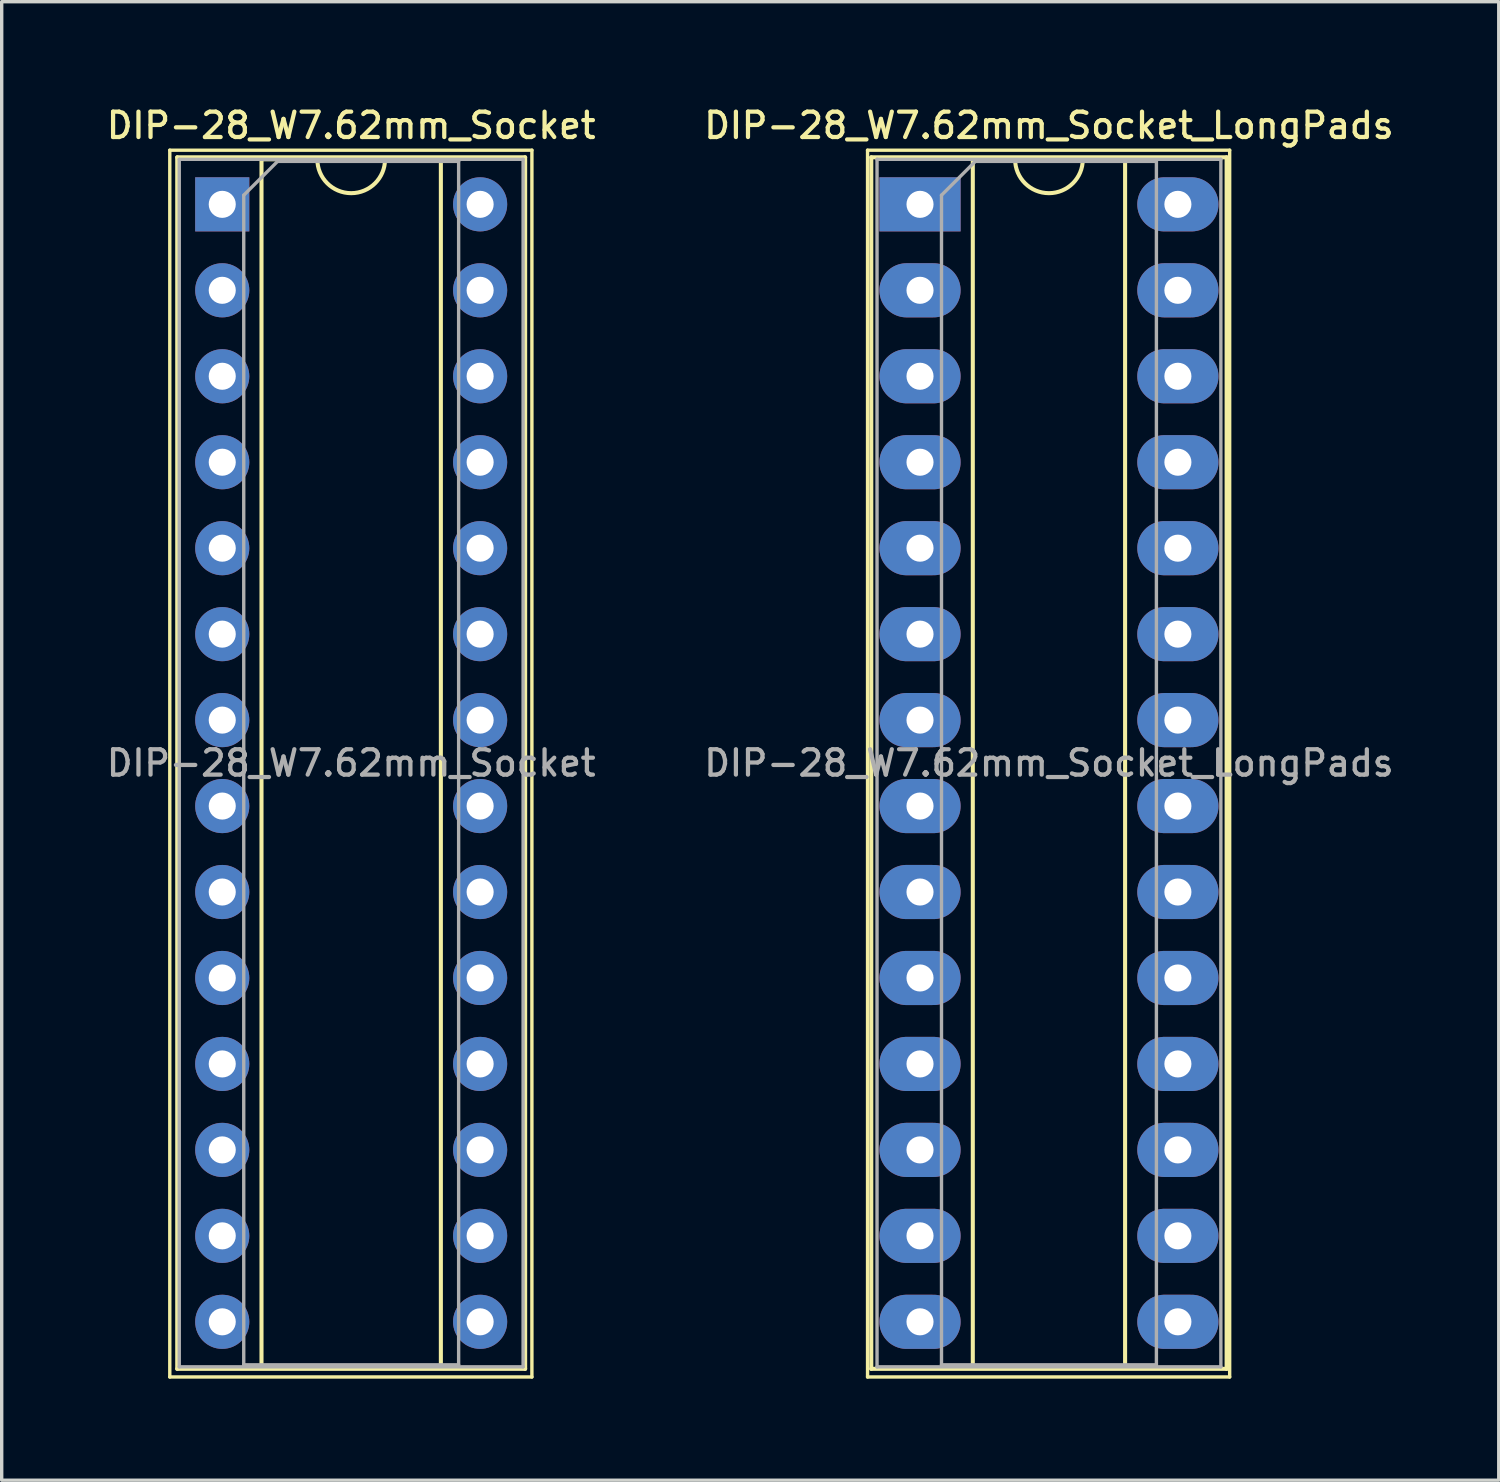
<source format=kicad_pcb>
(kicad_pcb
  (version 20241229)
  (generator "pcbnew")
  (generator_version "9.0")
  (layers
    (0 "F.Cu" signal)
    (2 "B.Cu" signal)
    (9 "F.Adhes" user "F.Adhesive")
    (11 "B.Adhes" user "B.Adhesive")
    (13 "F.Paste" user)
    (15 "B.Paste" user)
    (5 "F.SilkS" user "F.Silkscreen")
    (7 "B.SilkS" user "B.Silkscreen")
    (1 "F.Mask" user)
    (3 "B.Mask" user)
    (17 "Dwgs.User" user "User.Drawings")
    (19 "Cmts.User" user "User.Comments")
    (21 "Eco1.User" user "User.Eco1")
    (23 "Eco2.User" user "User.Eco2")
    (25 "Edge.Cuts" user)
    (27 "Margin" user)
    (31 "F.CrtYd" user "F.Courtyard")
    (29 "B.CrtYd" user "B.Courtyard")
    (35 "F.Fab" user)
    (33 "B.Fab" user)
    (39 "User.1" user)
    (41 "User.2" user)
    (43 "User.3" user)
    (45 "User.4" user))
  (footprint "DIP-28_W7.62mm_Socket_LongPads"
    (layer "F.Cu")
    (at 24.135 2.988)
    (property "Reference" "DIP-28_W7.62mm_Socket_LongPads" (at 3.81 -2.33 0) (layer "F.SilkS") (effects (font (size 0.75 0.75) (thickness 0.125))))
    (attr through_hole)
    (fp_line (start -1.55 -1.6) (end -1.55 34.65) (stroke (width 0.1) (type solid)) (layer "F.SilkS"))
    (fp_line (start -1.55 34.65) (end 9.15 34.65) (stroke (width 0.1) (type solid)) (layer "F.SilkS"))
    (fp_line (start -1.44 -1.39) (end -1.44 34.41) (stroke (width 0.12) (type solid)) (layer "F.SilkS"))
    (fp_line (start -1.44 34.41) (end 9.06 34.41) (stroke (width 0.12) (type solid)) (layer "F.SilkS"))
    (fp_line (start 1.56 -1.33) (end 1.56 34.35) (stroke (width 0.12) (type solid)) (layer "F.SilkS"))
    (fp_line (start 1.56 34.35) (end 6.06 34.35) (stroke (width 0.12) (type solid)) (layer "F.SilkS"))
    (fp_line (start 2.81 -1.33) (end 1.56 -1.33) (stroke (width 0.12) (type solid)) (layer "F.SilkS"))
    (fp_line (start 6.06 -1.33) (end 4.81 -1.33) (stroke (width 0.12) (type solid)) (layer "F.SilkS"))
    (fp_line (start 6.06 34.35) (end 6.06 -1.33) (stroke (width 0.12) (type solid)) (layer "F.SilkS"))
    (fp_line (start 9.06 -1.39) (end -1.44 -1.39) (stroke (width 0.12) (type solid)) (layer "F.SilkS"))
    (fp_line (start 9.06 34.41) (end 9.06 -1.39) (stroke (width 0.12) (type solid)) (layer "F.SilkS"))
    (fp_line (start 9.15 -1.6) (end -1.55 -1.6) (stroke (width 0.1) (type solid)) (layer "F.SilkS"))
    (fp_line (start 9.15 34.65) (end 9.15 -1.6) (stroke (width 0.1) (type solid)) (layer "F.SilkS"))
    (fp_arc (start 4.81 -1.33) (mid 3.81 -0.33) (end 2.81 -1.33) (stroke (width 0.12) (type solid)) (layer "F.SilkS"))
    (fp_line (start -1.27 -1.33) (end -1.27 34.35) (stroke (width 0.1) (type solid)) (layer "F.Fab"))
    (fp_line (start -1.27 34.35) (end 8.89 34.35) (stroke (width 0.1) (type solid)) (layer "F.Fab"))
    (fp_line (start 0.635 -0.27) (end 1.635 -1.27) (stroke (width 0.1) (type solid)) (layer "F.Fab"))
    (fp_line (start 0.635 34.29) (end 0.635 -0.27) (stroke (width 0.1) (type solid)) (layer "F.Fab"))
    (fp_line (start 1.635 -1.27) (end 6.985 -1.27) (stroke (width 0.1) (type solid)) (layer "F.Fab"))
    (fp_line (start 6.985 -1.27) (end 6.985 34.29) (stroke (width 0.1) (type solid)) (layer "F.Fab"))
    (fp_line (start 6.985 34.29) (end 0.635 34.29) (stroke (width 0.1) (type solid)) (layer "F.Fab"))
    (fp_line (start 8.89 -1.33) (end -1.27 -1.33) (stroke (width 0.1) (type solid)) (layer "F.Fab"))
    (fp_line (start 8.89 34.35) (end 8.89 -1.33) (stroke (width 0.1) (type solid)) (layer "F.Fab"))
    (fp_text user "${REFERENCE}" (at 3.81 16.51 0) (layer "F.Fab") (effects (font (size 0.75 0.75) (thickness 0.125))))
    (pad "1" thru_hole rect (at 0 0) (size 2.4 1.6) (drill 0.8) (layers "*.Cu" "*.Mask"))
    (pad "2" thru_hole oval (at 0 2.54) (size 2.4 1.6) (drill 0.8) (layers "*.Cu" "*.Mask"))
    (pad "3" thru_hole oval (at 0 5.08) (size 2.4 1.6) (drill 0.8) (layers "*.Cu" "*.Mask"))
    (pad "4" thru_hole oval (at 0 7.62) (size 2.4 1.6) (drill 0.8) (layers "*.Cu" "*.Mask"))
    (pad "5" thru_hole oval (at 0 10.16) (size 2.4 1.6) (drill 0.8) (layers "*.Cu" "*.Mask"))
    (pad "6" thru_hole oval (at 0 12.7) (size 2.4 1.6) (drill 0.8) (layers "*.Cu" "*.Mask"))
    (pad "7" thru_hole oval (at 0 15.24) (size 2.4 1.6) (drill 0.8) (layers "*.Cu" "*.Mask"))
    (pad "8" thru_hole oval (at 0 17.78) (size 2.4 1.6) (drill 0.8) (layers "*.Cu" "*.Mask"))
    (pad "9" thru_hole oval (at 0 20.32) (size 2.4 1.6) (drill 0.8) (layers "*.Cu" "*.Mask"))
    (pad "10" thru_hole oval (at 0 22.86) (size 2.4 1.6) (drill 0.8) (layers "*.Cu" "*.Mask"))
    (pad "11" thru_hole oval (at 0 25.4) (size 2.4 1.6) (drill 0.8) (layers "*.Cu" "*.Mask"))
    (pad "12" thru_hole oval (at 0 27.94) (size 2.4 1.6) (drill 0.8) (layers "*.Cu" "*.Mask"))
    (pad "13" thru_hole oval (at 0 30.48) (size 2.4 1.6) (drill 0.8) (layers "*.Cu" "*.Mask"))
    (pad "14" thru_hole oval (at 0 33.02) (size 2.4 1.6) (drill 0.8) (layers "*.Cu" "*.Mask"))
    (pad "15" thru_hole oval (at 7.62 33.02) (size 2.4 1.6) (drill 0.8) (layers "*.Cu" "*.Mask"))
    (pad "16" thru_hole oval (at 7.62 30.48) (size 2.4 1.6) (drill 0.8) (layers "*.Cu" "*.Mask"))
    (pad "17" thru_hole oval (at 7.62 27.94) (size 2.4 1.6) (drill 0.8) (layers "*.Cu" "*.Mask"))
    (pad "18" thru_hole oval (at 7.62 25.4) (size 2.4 1.6) (drill 0.8) (layers "*.Cu" "*.Mask"))
    (pad "19" thru_hole oval (at 7.62 22.86) (size 2.4 1.6) (drill 0.8) (layers "*.Cu" "*.Mask"))
    (pad "20" thru_hole oval (at 7.62 20.32) (size 2.4 1.6) (drill 0.8) (layers "*.Cu" "*.Mask"))
    (pad "21" thru_hole oval (at 7.62 17.78) (size 2.4 1.6) (drill 0.8) (layers "*.Cu" "*.Mask"))
    (pad "22" thru_hole oval (at 7.62 15.24) (size 2.4 1.6) (drill 0.8) (layers "*.Cu" "*.Mask"))
    (pad "23" thru_hole oval (at 7.62 12.7) (size 2.4 1.6) (drill 0.8) (layers "*.Cu" "*.Mask"))
    (pad "24" thru_hole oval (at 7.62 10.16) (size 2.4 1.6) (drill 0.8) (layers "*.Cu" "*.Mask"))
    (pad "25" thru_hole oval (at 7.62 7.62) (size 2.4 1.6) (drill 0.8) (layers "*.Cu" "*.Mask"))
    (pad "26" thru_hole oval (at 7.62 5.08) (size 2.4 1.6) (drill 0.8) (layers "*.Cu" "*.Mask"))
    (pad "27" thru_hole oval (at 7.62 2.54) (size 2.4 1.6) (drill 0.8) (layers "*.Cu" "*.Mask"))
    (pad "28" thru_hole oval (at 7.62 0) (size 2.4 1.6) (drill 0.8) (layers "*.Cu" "*.Mask")))
  (footprint "DIP-28_W7.62mm_Socket"
    (layer "F.Cu")
    (at 3.517 2.988)
    (property "Reference" "DIP-28_W7.62mm_Socket" (at 3.81 -2.33 0) (layer "F.SilkS") (effects (font (size 0.75 0.75) (thickness 0.125))))
    (attr through_hole)
    (fp_line (start -1.55 -1.6) (end -1.55 34.65) (stroke (width 0.1) (type solid)) (layer "F.SilkS"))
    (fp_line (start -1.55 34.65) (end 9.15 34.65) (stroke (width 0.1) (type solid)) (layer "F.SilkS"))
    (fp_line (start -1.33 -1.39) (end -1.33 34.41) (stroke (width 0.12) (type solid)) (layer "F.SilkS"))
    (fp_line (start -1.33 34.41) (end 8.95 34.41) (stroke (width 0.12) (type solid)) (layer "F.SilkS"))
    (fp_line (start 1.16 -1.33) (end 1.16 34.35) (stroke (width 0.12) (type solid)) (layer "F.SilkS"))
    (fp_line (start 1.16 34.35) (end 6.46 34.35) (stroke (width 0.12) (type solid)) (layer "F.SilkS"))
    (fp_line (start 2.81 -1.33) (end 1.16 -1.33) (stroke (width 0.12) (type solid)) (layer "F.SilkS"))
    (fp_line (start 6.46 -1.33) (end 4.81 -1.33) (stroke (width 0.12) (type solid)) (layer "F.SilkS"))
    (fp_line (start 6.46 34.35) (end 6.46 -1.33) (stroke (width 0.12) (type solid)) (layer "F.SilkS"))
    (fp_line (start 8.95 -1.39) (end -1.33 -1.39) (stroke (width 0.12) (type solid)) (layer "F.SilkS"))
    (fp_line (start 8.95 34.41) (end 8.95 -1.39) (stroke (width 0.12) (type solid)) (layer "F.SilkS"))
    (fp_line (start 9.15 -1.6) (end -1.55 -1.6) (stroke (width 0.1) (type solid)) (layer "F.SilkS"))
    (fp_line (start 9.15 34.65) (end 9.15 -1.6) (stroke (width 0.1) (type solid)) (layer "F.SilkS"))
    (fp_arc (start 4.81 -1.33) (mid 3.81 -0.33) (end 2.81 -1.33) (stroke (width 0.12) (type solid)) (layer "F.SilkS"))
    (fp_line (start -1.27 -1.33) (end -1.27 34.35) (stroke (width 0.1) (type solid)) (layer "F.Fab"))
    (fp_line (start -1.27 34.35) (end 8.89 34.35) (stroke (width 0.1) (type solid)) (layer "F.Fab"))
    (fp_line (start 0.635 -0.27) (end 1.635 -1.27) (stroke (width 0.1) (type solid)) (layer "F.Fab"))
    (fp_line (start 0.635 34.29) (end 0.635 -0.27) (stroke (width 0.1) (type solid)) (layer "F.Fab"))
    (fp_line (start 1.635 -1.27) (end 6.985 -1.27) (stroke (width 0.1) (type solid)) (layer "F.Fab"))
    (fp_line (start 6.985 -1.27) (end 6.985 34.29) (stroke (width 0.1) (type solid)) (layer "F.Fab"))
    (fp_line (start 6.985 34.29) (end 0.635 34.29) (stroke (width 0.1) (type solid)) (layer "F.Fab"))
    (fp_line (start 8.89 -1.33) (end -1.27 -1.33) (stroke (width 0.1) (type solid)) (layer "F.Fab"))
    (fp_line (start 8.89 34.35) (end 8.89 -1.33) (stroke (width 0.1) (type solid)) (layer "F.Fab"))
    (fp_text user "${REFERENCE}" (at 3.81 16.51 0) (layer "F.Fab") (effects (font (size 0.75 0.75) (thickness 0.125))))
    (pad "1" thru_hole rect (at 0 0) (size 1.6 1.6) (drill 0.8) (layers "*.Cu" "*.Mask"))
    (pad "2" thru_hole oval (at 0 2.54) (size 1.6 1.6) (drill 0.8) (layers "*.Cu" "*.Mask"))
    (pad "3" thru_hole oval (at 0 5.08) (size 1.6 1.6) (drill 0.8) (layers "*.Cu" "*.Mask"))
    (pad "4" thru_hole oval (at 0 7.62) (size 1.6 1.6) (drill 0.8) (layers "*.Cu" "*.Mask"))
    (pad "5" thru_hole oval (at 0 10.16) (size 1.6 1.6) (drill 0.8) (layers "*.Cu" "*.Mask"))
    (pad "6" thru_hole oval (at 0 12.7) (size 1.6 1.6) (drill 0.8) (layers "*.Cu" "*.Mask"))
    (pad "7" thru_hole oval (at 0 15.24) (size 1.6 1.6) (drill 0.8) (layers "*.Cu" "*.Mask"))
    (pad "8" thru_hole oval (at 0 17.78) (size 1.6 1.6) (drill 0.8) (layers "*.Cu" "*.Mask"))
    (pad "9" thru_hole oval (at 0 20.32) (size 1.6 1.6) (drill 0.8) (layers "*.Cu" "*.Mask"))
    (pad "10" thru_hole oval (at 0 22.86) (size 1.6 1.6) (drill 0.8) (layers "*.Cu" "*.Mask"))
    (pad "11" thru_hole oval (at 0 25.4) (size 1.6 1.6) (drill 0.8) (layers "*.Cu" "*.Mask"))
    (pad "12" thru_hole oval (at 0 27.94) (size 1.6 1.6) (drill 0.8) (layers "*.Cu" "*.Mask"))
    (pad "13" thru_hole oval (at 0 30.48) (size 1.6 1.6) (drill 0.8) (layers "*.Cu" "*.Mask"))
    (pad "14" thru_hole oval (at 0 33.02) (size 1.6 1.6) (drill 0.8) (layers "*.Cu" "*.Mask"))
    (pad "15" thru_hole oval (at 7.62 33.02) (size 1.6 1.6) (drill 0.8) (layers "*.Cu" "*.Mask"))
    (pad "16" thru_hole oval (at 7.62 30.48) (size 1.6 1.6) (drill 0.8) (layers "*.Cu" "*.Mask"))
    (pad "17" thru_hole oval (at 7.62 27.94) (size 1.6 1.6) (drill 0.8) (layers "*.Cu" "*.Mask"))
    (pad "18" thru_hole oval (at 7.62 25.4) (size 1.6 1.6) (drill 0.8) (layers "*.Cu" "*.Mask"))
    (pad "19" thru_hole oval (at 7.62 22.86) (size 1.6 1.6) (drill 0.8) (layers "*.Cu" "*.Mask"))
    (pad "20" thru_hole oval (at 7.62 20.32) (size 1.6 1.6) (drill 0.8) (layers "*.Cu" "*.Mask"))
    (pad "21" thru_hole oval (at 7.62 17.78) (size 1.6 1.6) (drill 0.8) (layers "*.Cu" "*.Mask"))
    (pad "22" thru_hole oval (at 7.62 15.24) (size 1.6 1.6) (drill 0.8) (layers "*.Cu" "*.Mask"))
    (pad "23" thru_hole oval (at 7.62 12.7) (size 1.6 1.6) (drill 0.8) (layers "*.Cu" "*.Mask"))
    (pad "24" thru_hole oval (at 7.62 10.16) (size 1.6 1.6) (drill 0.8) (layers "*.Cu" "*.Mask"))
    (pad "25" thru_hole oval (at 7.62 7.62) (size 1.6 1.6) (drill 0.8) (layers "*.Cu" "*.Mask"))
    (pad "26" thru_hole oval (at 7.62 5.08) (size 1.6 1.6) (drill 0.8) (layers "*.Cu" "*.Mask"))
    (pad "27" thru_hole oval (at 7.62 2.54) (size 1.6 1.6) (drill 0.8) (layers "*.Cu" "*.Mask"))
    (pad "28" thru_hole oval (at 7.62 0) (size 1.6 1.6) (drill 0.8) (layers "*.Cu" "*.Mask")))
  (gr_rect
    (start -3 -3)
    (end 41.236 40.688)
    (stroke (width 0.1) (type default))
    (fill no)
    (layer "Edge.Cuts")))
</source>
